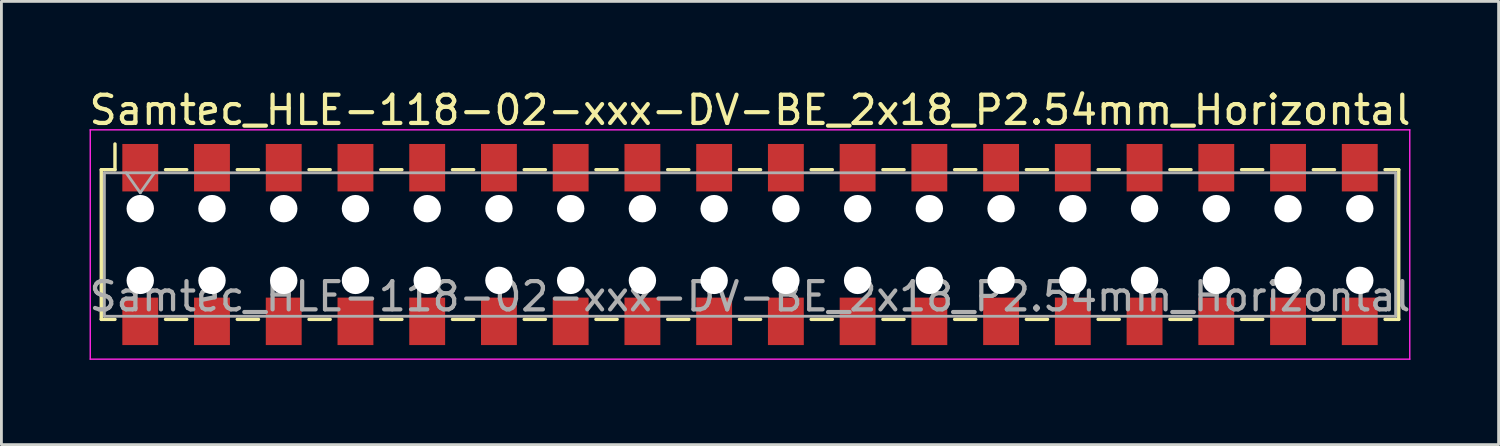
<source format=kicad_pcb>
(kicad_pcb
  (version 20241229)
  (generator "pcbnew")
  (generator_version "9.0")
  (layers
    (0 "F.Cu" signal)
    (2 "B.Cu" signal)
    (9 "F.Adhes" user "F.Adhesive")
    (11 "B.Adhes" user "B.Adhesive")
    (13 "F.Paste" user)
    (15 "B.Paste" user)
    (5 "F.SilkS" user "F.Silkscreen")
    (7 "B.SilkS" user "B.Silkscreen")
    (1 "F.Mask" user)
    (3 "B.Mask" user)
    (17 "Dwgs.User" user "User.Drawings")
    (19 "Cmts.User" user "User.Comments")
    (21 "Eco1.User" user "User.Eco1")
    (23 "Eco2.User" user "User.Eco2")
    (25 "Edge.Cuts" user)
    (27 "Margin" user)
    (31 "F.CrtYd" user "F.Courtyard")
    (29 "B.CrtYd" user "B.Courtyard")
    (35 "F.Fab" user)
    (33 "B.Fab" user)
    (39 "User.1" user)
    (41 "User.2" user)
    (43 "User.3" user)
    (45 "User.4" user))
  (footprint "Samtec_HLE-118-02-xxx-DV-BE_2x18_P2.54mm_Horizontal"
    (layer "F.Cu")
    (at 23.506 5.608)
    (property "Reference" "Samtec_HLE-118-02-xxx-DV-BE_2x18_P2.54mm_Horizontal" (at 0 -4.76 0) (layer "F.SilkS") (effects (font (size 1 1) (thickness 0.15))))
    (attr smd)
    (fp_line (start -22.97 -2.65) (end -22.97 2.65) (stroke (width 0.12) (type solid)) (layer "F.SilkS"))
    (fp_line (start -22.97 2.65) (end -22.485 2.65) (stroke (width 0.12) (type solid)) (layer "F.SilkS"))
    (fp_line (start -22.485 -3.56) (end -22.485 -2.65) (stroke (width 0.12) (type solid)) (layer "F.SilkS"))
    (fp_line (start -22.485 -2.65) (end -22.97 -2.65) (stroke (width 0.12) (type solid)) (layer "F.SilkS"))
    (fp_line (start -20.695 -2.65) (end -19.945 -2.65) (stroke (width 0.12) (type solid)) (layer "F.SilkS"))
    (fp_line (start -20.695 2.65) (end -19.945 2.65) (stroke (width 0.12) (type solid)) (layer "F.SilkS"))
    (fp_line (start -18.155 -2.65) (end -17.405 -2.65) (stroke (width 0.12) (type solid)) (layer "F.SilkS"))
    (fp_line (start -18.155 2.65) (end -17.405 2.65) (stroke (width 0.12) (type solid)) (layer "F.SilkS"))
    (fp_line (start -15.615 -2.65) (end -14.865 -2.65) (stroke (width 0.12) (type solid)) (layer "F.SilkS"))
    (fp_line (start -15.615 2.65) (end -14.865 2.65) (stroke (width 0.12) (type solid)) (layer "F.SilkS"))
    (fp_line (start -13.075 -2.65) (end -12.325 -2.65) (stroke (width 0.12) (type solid)) (layer "F.SilkS"))
    (fp_line (start -13.075 2.65) (end -12.325 2.65) (stroke (width 0.12) (type solid)) (layer "F.SilkS"))
    (fp_line (start -10.535 -2.65) (end -9.785 -2.65) (stroke (width 0.12) (type solid)) (layer "F.SilkS"))
    (fp_line (start -10.535 2.65) (end -9.785 2.65) (stroke (width 0.12) (type solid)) (layer "F.SilkS"))
    (fp_line (start -7.995 -2.65) (end -7.245 -2.65) (stroke (width 0.12) (type solid)) (layer "F.SilkS"))
    (fp_line (start -7.995 2.65) (end -7.245 2.65) (stroke (width 0.12) (type solid)) (layer "F.SilkS"))
    (fp_line (start -5.455 -2.65) (end -4.705 -2.65) (stroke (width 0.12) (type solid)) (layer "F.SilkS"))
    (fp_line (start -5.455 2.65) (end -4.705 2.65) (stroke (width 0.12) (type solid)) (layer "F.SilkS"))
    (fp_line (start -2.915 -2.65) (end -2.165 -2.65) (stroke (width 0.12) (type solid)) (layer "F.SilkS"))
    (fp_line (start -2.915 2.65) (end -2.165 2.65) (stroke (width 0.12) (type solid)) (layer "F.SilkS"))
    (fp_line (start -0.375 -2.65) (end 0.375 -2.65) (stroke (width 0.12) (type solid)) (layer "F.SilkS"))
    (fp_line (start -0.375 2.65) (end 0.375 2.65) (stroke (width 0.12) (type solid)) (layer "F.SilkS"))
    (fp_line (start 2.165 -2.65) (end 2.915 -2.65) (stroke (width 0.12) (type solid)) (layer "F.SilkS"))
    (fp_line (start 2.165 2.65) (end 2.915 2.65) (stroke (width 0.12) (type solid)) (layer "F.SilkS"))
    (fp_line (start 4.705 -2.65) (end 5.455 -2.65) (stroke (width 0.12) (type solid)) (layer "F.SilkS"))
    (fp_line (start 4.705 2.65) (end 5.455 2.65) (stroke (width 0.12) (type solid)) (layer "F.SilkS"))
    (fp_line (start 7.245 -2.65) (end 7.995 -2.65) (stroke (width 0.12) (type solid)) (layer "F.SilkS"))
    (fp_line (start 7.245 2.65) (end 7.995 2.65) (stroke (width 0.12) (type solid)) (layer "F.SilkS"))
    (fp_line (start 9.785 -2.65) (end 10.535 -2.65) (stroke (width 0.12) (type solid)) (layer "F.SilkS"))
    (fp_line (start 9.785 2.65) (end 10.535 2.65) (stroke (width 0.12) (type solid)) (layer "F.SilkS"))
    (fp_line (start 12.325 -2.65) (end 13.075 -2.65) (stroke (width 0.12) (type solid)) (layer "F.SilkS"))
    (fp_line (start 12.325 2.65) (end 13.075 2.65) (stroke (width 0.12) (type solid)) (layer "F.SilkS"))
    (fp_line (start 14.865 -2.65) (end 15.615 -2.65) (stroke (width 0.12) (type solid)) (layer "F.SilkS"))
    (fp_line (start 14.865 2.65) (end 15.615 2.65) (stroke (width 0.12) (type solid)) (layer "F.SilkS"))
    (fp_line (start 17.405 -2.65) (end 18.155 -2.65) (stroke (width 0.12) (type solid)) (layer "F.SilkS"))
    (fp_line (start 17.405 2.65) (end 18.155 2.65) (stroke (width 0.12) (type solid)) (layer "F.SilkS"))
    (fp_line (start 19.945 -2.65) (end 20.695 -2.65) (stroke (width 0.12) (type solid)) (layer "F.SilkS"))
    (fp_line (start 19.945 2.65) (end 20.695 2.65) (stroke (width 0.12) (type solid)) (layer "F.SilkS"))
    (fp_line (start 22.485 -2.65) (end 22.97 -2.65) (stroke (width 0.12) (type solid)) (layer "F.SilkS"))
    (fp_line (start 22.97 -2.65) (end 22.97 2.65) (stroke (width 0.12) (type solid)) (layer "F.SilkS"))
    (fp_line (start 22.97 2.65) (end 22.485 2.65) (stroke (width 0.12) (type solid)) (layer "F.SilkS"))
    (fp_line (start -23.36 -4.06) (end 23.36 -4.06) (stroke (width 0.05) (type solid)) (layer "F.CrtYd"))
    (fp_line (start -23.36 4.06) (end -23.36 -4.06) (stroke (width 0.05) (type solid)) (layer "F.CrtYd"))
    (fp_line (start 23.36 -4.06) (end 23.36 4.06) (stroke (width 0.05) (type solid)) (layer "F.CrtYd"))
    (fp_line (start 23.36 4.06) (end -23.36 4.06) (stroke (width 0.05) (type solid)) (layer "F.CrtYd"))
    (fp_line (start -22.86 -2.54) (end 22.86 -2.54) (stroke (width 0.1) (type solid)) (layer "F.Fab"))
    (fp_line (start -22.86 2.54) (end -22.86 -2.54) (stroke (width 0.1) (type solid)) (layer "F.Fab"))
    (fp_line (start -22.09 -2.54) (end -21.59 -1.833) (stroke (width 0.1) (type solid)) (layer "F.Fab"))
    (fp_line (start -21.59 -1.833) (end -21.09 -2.54) (stroke (width 0.1) (type solid)) (layer "F.Fab"))
    (fp_line (start 22.86 -2.54) (end 22.86 2.54) (stroke (width 0.1) (type solid)) (layer "F.Fab"))
    (fp_line (start 22.86 2.54) (end -22.86 2.54) (stroke (width 0.1) (type solid)) (layer "F.Fab"))
    (fp_text user "${REFERENCE}" (at 0 1.84 0) (layer "F.Fab") (effects (font (size 1 1) (thickness 0.15))))
    (pad "" np_thru_hole circle (at -21.59 -1.27) (size 0.97 0.97) (drill 0.97) (layers "*.Cu" "*.Mask"))
    (pad "" np_thru_hole circle (at -21.59 1.27) (size 0.97 0.97) (drill 0.97) (layers "*.Cu" "*.Mask"))
    (pad "" np_thru_hole circle (at -19.05 -1.27) (size 0.97 0.97) (drill 0.97) (layers "*.Cu" "*.Mask"))
    (pad "" np_thru_hole circle (at -19.05 1.27) (size 0.97 0.97) (drill 0.97) (layers "*.Cu" "*.Mask"))
    (pad "" np_thru_hole circle (at -16.51 -1.27) (size 0.97 0.97) (drill 0.97) (layers "*.Cu" "*.Mask"))
    (pad "" np_thru_hole circle (at -16.51 1.27) (size 0.97 0.97) (drill 0.97) (layers "*.Cu" "*.Mask"))
    (pad "" np_thru_hole circle (at -13.97 -1.27) (size 0.97 0.97) (drill 0.97) (layers "*.Cu" "*.Mask"))
    (pad "" np_thru_hole circle (at -13.97 1.27) (size 0.97 0.97) (drill 0.97) (layers "*.Cu" "*.Mask"))
    (pad "" np_thru_hole circle (at -11.43 -1.27) (size 0.97 0.97) (drill 0.97) (layers "*.Cu" "*.Mask"))
    (pad "" np_thru_hole circle (at -11.43 1.27) (size 0.97 0.97) (drill 0.97) (layers "*.Cu" "*.Mask"))
    (pad "" np_thru_hole circle (at -8.89 -1.27) (size 0.97 0.97) (drill 0.97) (layers "*.Cu" "*.Mask"))
    (pad "" np_thru_hole circle (at -8.89 1.27) (size 0.97 0.97) (drill 0.97) (layers "*.Cu" "*.Mask"))
    (pad "" np_thru_hole circle (at -6.35 -1.27) (size 0.97 0.97) (drill 0.97) (layers "*.Cu" "*.Mask"))
    (pad "" np_thru_hole circle (at -6.35 1.27) (size 0.97 0.97) (drill 0.97) (layers "*.Cu" "*.Mask"))
    (pad "" np_thru_hole circle (at -3.81 -1.27) (size 0.97 0.97) (drill 0.97) (layers "*.Cu" "*.Mask"))
    (pad "" np_thru_hole circle (at -3.81 1.27) (size 0.97 0.97) (drill 0.97) (layers "*.Cu" "*.Mask"))
    (pad "" np_thru_hole circle (at -1.27 -1.27) (size 0.97 0.97) (drill 0.97) (layers "*.Cu" "*.Mask"))
    (pad "" np_thru_hole circle (at -1.27 1.27) (size 0.97 0.97) (drill 0.97) (layers "*.Cu" "*.Mask"))
    (pad "" np_thru_hole circle (at 1.27 -1.27) (size 0.97 0.97) (drill 0.97) (layers "*.Cu" "*.Mask"))
    (pad "" np_thru_hole circle (at 1.27 1.27) (size 0.97 0.97) (drill 0.97) (layers "*.Cu" "*.Mask"))
    (pad "" np_thru_hole circle (at 3.81 -1.27) (size 0.97 0.97) (drill 0.97) (layers "*.Cu" "*.Mask"))
    (pad "" np_thru_hole circle (at 3.81 1.27) (size 0.97 0.97) (drill 0.97) (layers "*.Cu" "*.Mask"))
    (pad "" np_thru_hole circle (at 6.35 -1.27) (size 0.97 0.97) (drill 0.97) (layers "*.Cu" "*.Mask"))
    (pad "" np_thru_hole circle (at 6.35 1.27) (size 0.97 0.97) (drill 0.97) (layers "*.Cu" "*.Mask"))
    (pad "" np_thru_hole circle (at 8.89 -1.27) (size 0.97 0.97) (drill 0.97) (layers "*.Cu" "*.Mask"))
    (pad "" np_thru_hole circle (at 8.89 1.27) (size 0.97 0.97) (drill 0.97) (layers "*.Cu" "*.Mask"))
    (pad "" np_thru_hole circle (at 11.43 -1.27) (size 0.97 0.97) (drill 0.97) (layers "*.Cu" "*.Mask"))
    (pad "" np_thru_hole circle (at 11.43 1.27) (size 0.97 0.97) (drill 0.97) (layers "*.Cu" "*.Mask"))
    (pad "" np_thru_hole circle (at 13.97 -1.27) (size 0.97 0.97) (drill 0.97) (layers "*.Cu" "*.Mask"))
    (pad "" np_thru_hole circle (at 13.97 1.27) (size 0.97 0.97) (drill 0.97) (layers "*.Cu" "*.Mask"))
    (pad "" np_thru_hole circle (at 16.51 -1.27) (size 0.97 0.97) (drill 0.97) (layers "*.Cu" "*.Mask"))
    (pad "" np_thru_hole circle (at 16.51 1.27) (size 0.97 0.97) (drill 0.97) (layers "*.Cu" "*.Mask"))
    (pad "" np_thru_hole circle (at 19.05 -1.27) (size 0.97 0.97) (drill 0.97) (layers "*.Cu" "*.Mask"))
    (pad "" np_thru_hole circle (at 19.05 1.27) (size 0.97 0.97) (drill 0.97) (layers "*.Cu" "*.Mask"))
    (pad "" np_thru_hole circle (at 21.59 -1.27) (size 0.97 0.97) (drill 0.97) (layers "*.Cu" "*.Mask"))
    (pad "" np_thru_hole circle (at 21.59 1.27) (size 0.97 0.97) (drill 0.97) (layers "*.Cu" "*.Mask"))
    (pad "1" smd rect (at -21.59 -2.72) (size 1.27 1.68) (layers "F.Cu" "F.Mask" "F.Paste"))
    (pad "2" smd rect (at -21.59 2.72) (size 1.27 1.68) (layers "F.Cu" "F.Mask" "F.Paste"))
    (pad "3" smd rect (at -19.05 -2.72) (size 1.27 1.68) (layers "F.Cu" "F.Mask" "F.Paste"))
    (pad "4" smd rect (at -19.05 2.72) (size 1.27 1.68) (layers "F.Cu" "F.Mask" "F.Paste"))
    (pad "5" smd rect (at -16.51 -2.72) (size 1.27 1.68) (layers "F.Cu" "F.Mask" "F.Paste"))
    (pad "6" smd rect (at -16.51 2.72) (size 1.27 1.68) (layers "F.Cu" "F.Mask" "F.Paste"))
    (pad "7" smd rect (at -13.97 -2.72) (size 1.27 1.68) (layers "F.Cu" "F.Mask" "F.Paste"))
    (pad "8" smd rect (at -13.97 2.72) (size 1.27 1.68) (layers "F.Cu" "F.Mask" "F.Paste"))
    (pad "9" smd rect (at -11.43 -2.72) (size 1.27 1.68) (layers "F.Cu" "F.Mask" "F.Paste"))
    (pad "10" smd rect (at -11.43 2.72) (size 1.27 1.68) (layers "F.Cu" "F.Mask" "F.Paste"))
    (pad "11" smd rect (at -8.89 -2.72) (size 1.27 1.68) (layers "F.Cu" "F.Mask" "F.Paste"))
    (pad "12" smd rect (at -8.89 2.72) (size 1.27 1.68) (layers "F.Cu" "F.Mask" "F.Paste"))
    (pad "13" smd rect (at -6.35 -2.72) (size 1.27 1.68) (layers "F.Cu" "F.Mask" "F.Paste"))
    (pad "14" smd rect (at -6.35 2.72) (size 1.27 1.68) (layers "F.Cu" "F.Mask" "F.Paste"))
    (pad "15" smd rect (at -3.81 -2.72) (size 1.27 1.68) (layers "F.Cu" "F.Mask" "F.Paste"))
    (pad "16" smd rect (at -3.81 2.72) (size 1.27 1.68) (layers "F.Cu" "F.Mask" "F.Paste"))
    (pad "17" smd rect (at -1.27 -2.72) (size 1.27 1.68) (layers "F.Cu" "F.Mask" "F.Paste"))
    (pad "18" smd rect (at -1.27 2.72) (size 1.27 1.68) (layers "F.Cu" "F.Mask" "F.Paste"))
    (pad "19" smd rect (at 1.27 -2.72) (size 1.27 1.68) (layers "F.Cu" "F.Mask" "F.Paste"))
    (pad "20" smd rect (at 1.27 2.72) (size 1.27 1.68) (layers "F.Cu" "F.Mask" "F.Paste"))
    (pad "21" smd rect (at 3.81 -2.72) (size 1.27 1.68) (layers "F.Cu" "F.Mask" "F.Paste"))
    (pad "22" smd rect (at 3.81 2.72) (size 1.27 1.68) (layers "F.Cu" "F.Mask" "F.Paste"))
    (pad "23" smd rect (at 6.35 -2.72) (size 1.27 1.68) (layers "F.Cu" "F.Mask" "F.Paste"))
    (pad "24" smd rect (at 6.35 2.72) (size 1.27 1.68) (layers "F.Cu" "F.Mask" "F.Paste"))
    (pad "25" smd rect (at 8.89 -2.72) (size 1.27 1.68) (layers "F.Cu" "F.Mask" "F.Paste"))
    (pad "26" smd rect (at 8.89 2.72) (size 1.27 1.68) (layers "F.Cu" "F.Mask" "F.Paste"))
    (pad "27" smd rect (at 11.43 -2.72) (size 1.27 1.68) (layers "F.Cu" "F.Mask" "F.Paste"))
    (pad "28" smd rect (at 11.43 2.72) (size 1.27 1.68) (layers "F.Cu" "F.Mask" "F.Paste"))
    (pad "29" smd rect (at 13.97 -2.72) (size 1.27 1.68) (layers "F.Cu" "F.Mask" "F.Paste"))
    (pad "30" smd rect (at 13.97 2.72) (size 1.27 1.68) (layers "F.Cu" "F.Mask" "F.Paste"))
    (pad "31" smd rect (at 16.51 -2.72) (size 1.27 1.68) (layers "F.Cu" "F.Mask" "F.Paste"))
    (pad "32" smd rect (at 16.51 2.72) (size 1.27 1.68) (layers "F.Cu" "F.Mask" "F.Paste"))
    (pad "33" smd rect (at 19.05 -2.72) (size 1.27 1.68) (layers "F.Cu" "F.Mask" "F.Paste"))
    (pad "34" smd rect (at 19.05 2.72) (size 1.27 1.68) (layers "F.Cu" "F.Mask" "F.Paste"))
    (pad "35" smd rect (at 21.59 -2.72) (size 1.27 1.68) (layers "F.Cu" "F.Mask" "F.Paste"))
    (pad "36" smd rect (at 21.59 2.72) (size 1.27 1.68) (layers "F.Cu" "F.Mask" "F.Paste")))
  (gr_rect
    (start -3 -3)
    (end 50.012 12.693)
    (stroke (width 0.1) (type default))
    (fill no)
    (layer "Edge.Cuts")))
</source>
